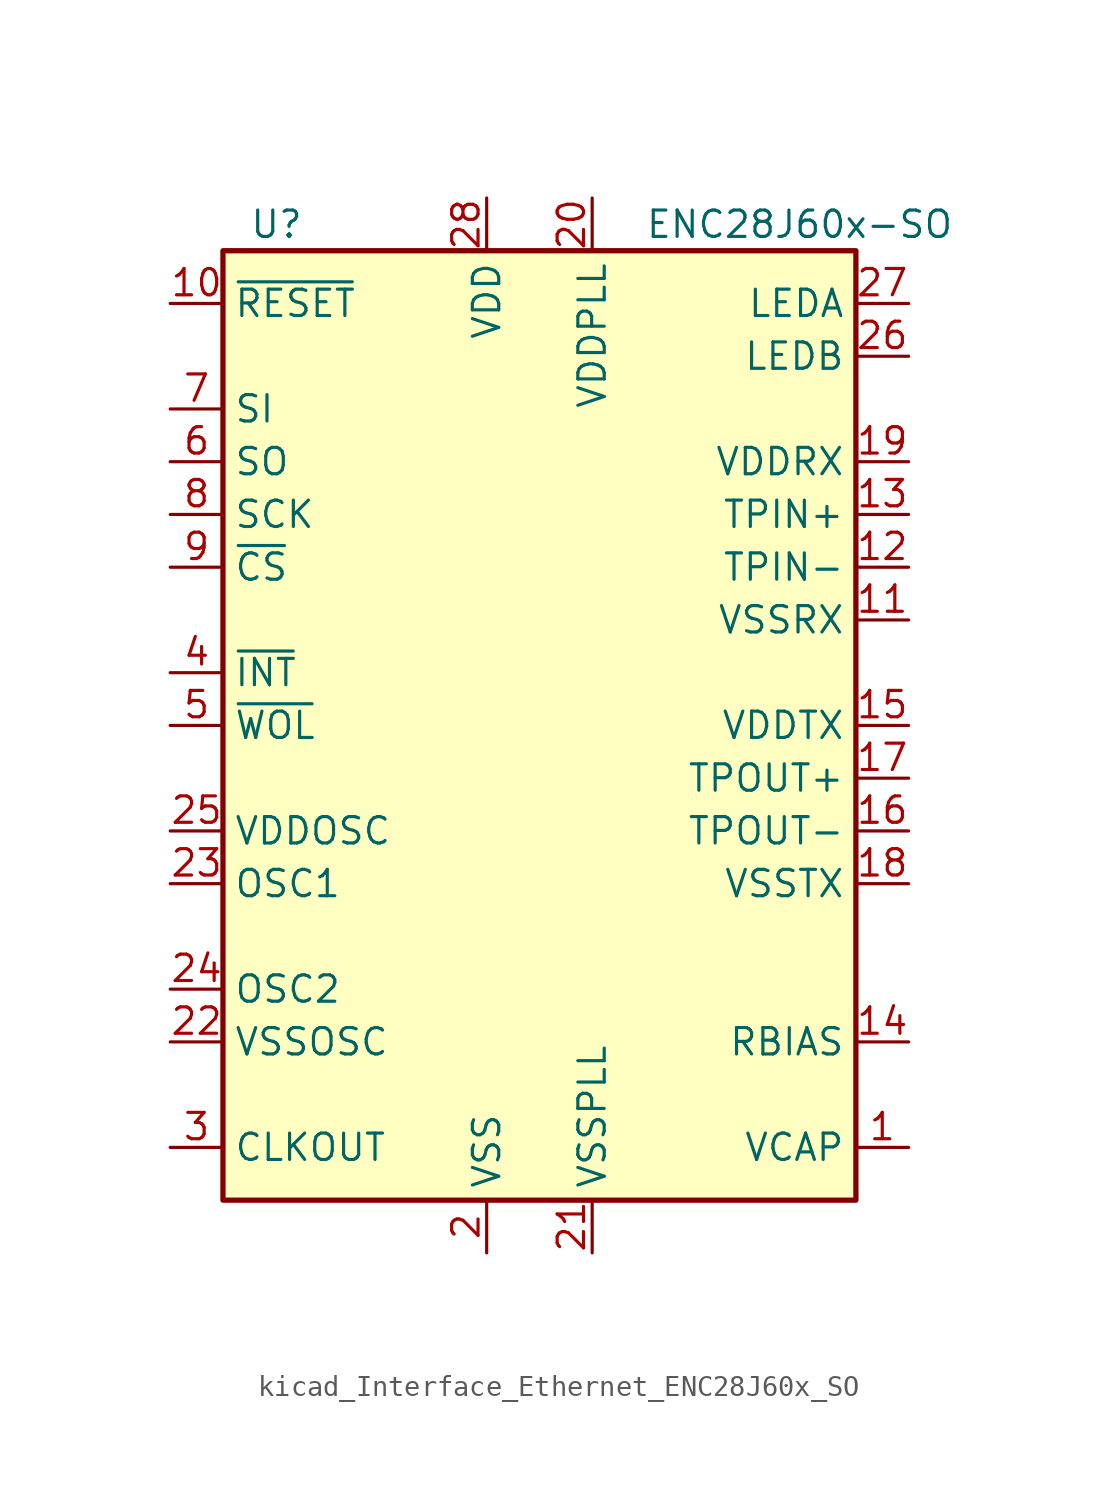
<source format=kicad_sym>
(kicad_symbol_lib
  (version 20220914)
  (generator kicad_symbol_editor)
  (symbol "kicad_Interface_Ethernet_ENC28J60x_SO"
    (property "Reference" "U"
      (at -13.97 24.13 0)
      (effects (font (size 1.27 1.27)) (justify left)))
    (property "Value" "ENC28J60x-SO"
      (at 5.08 24.13 0)
      (effects (font (size 1.27 1.27)) (justify left)))
    (symbol "kicad_Interface_Ethernet_ENC28J60x_SO_0_1"
      (rectangle (start -15.24 22.86) (end 15.24 -22.86) (stroke (width 0.254) (type default)) (fill (type background))))
    (symbol "kicad_Interface_Ethernet_ENC28J60x_SO_1_1"
      (pin input line (at 17.78 -20.32 180) (length 2.54) (name "VCAP" (effects (font (size 1.27 1.27)))) (number "1" (effects (font (size 1.27 1.27)))))
      (pin input line (at -17.78 20.32 0) (length 2.54) (name "~{RESET}" (effects (font (size 1.27 1.27)))) (number "10" (effects (font (size 1.27 1.27)))))
      (pin power_in line (at 17.78 5.08 180) (length 2.54) (name "VSSRX" (effects (font (size 1.27 1.27)))) (number "11" (effects (font (size 1.27 1.27)))))
      (pin input line (at 17.78 7.62 180) (length 2.54) (name "TPIN-" (effects (font (size 1.27 1.27)))) (number "12" (effects (font (size 1.27 1.27)))))
      (pin input line (at 17.78 10.16 180) (length 2.54) (name "TPIN+" (effects (font (size 1.27 1.27)))) (number "13" (effects (font (size 1.27 1.27)))))
      (pin input line (at 17.78 -15.24 180) (length 2.54) (name "RBIAS" (effects (font (size 1.27 1.27)))) (number "14" (effects (font (size 1.27 1.27)))))
      (pin power_in line (at 17.78 0 180) (length 2.54) (name "VDDTX" (effects (font (size 1.27 1.27)))) (number "15" (effects (font (size 1.27 1.27)))))
      (pin output line (at 17.78 -5.08 180) (length 2.54) (name "TPOUT-" (effects (font (size 1.27 1.27)))) (number "16" (effects (font (size 1.27 1.27)))))
      (pin output line (at 17.78 -2.54 180) (length 2.54) (name "TPOUT+" (effects (font (size 1.27 1.27)))) (number "17" (effects (font (size 1.27 1.27)))))
      (pin power_in line (at 17.78 -7.62 180) (length 2.54) (name "VSSTX" (effects (font (size 1.27 1.27)))) (number "18" (effects (font (size 1.27 1.27)))))
      (pin power_in line (at 17.78 12.7 180) (length 2.54) (name "VDDRX" (effects (font (size 1.27 1.27)))) (number "19" (effects (font (size 1.27 1.27)))))
      (pin power_in line (at -2.54 -25.4 90) (length 2.54) (name "VSS" (effects (font (size 1.27 1.27)))) (number "2" (effects (font (size 1.27 1.27)))))
      (pin power_in line (at 2.54 25.4 270) (length 2.54) (name "VDDPLL" (effects (font (size 1.27 1.27)))) (number "20" (effects (font (size 1.27 1.27)))))
      (pin power_in line (at 2.54 -25.4 90) (length 2.54) (name "VSSPLL" (effects (font (size 1.27 1.27)))) (number "21" (effects (font (size 1.27 1.27)))))
      (pin power_in line (at -17.78 -15.24 0) (length 2.54) (name "VSSOSC" (effects (font (size 1.27 1.27)))) (number "22" (effects (font (size 1.27 1.27)))))
      (pin input line (at -17.78 -7.62 0) (length 2.54) (name "OSC1" (effects (font (size 1.27 1.27)))) (number "23" (effects (font (size 1.27 1.27)))))
      (pin input line (at -17.78 -12.7 0) (length 2.54) (name "OSC2" (effects (font (size 1.27 1.27)))) (number "24" (effects (font (size 1.27 1.27)))))
      (pin power_in line (at -17.78 -5.08 0) (length 2.54) (name "VDDOSC" (effects (font (size 1.27 1.27)))) (number "25" (effects (font (size 1.27 1.27)))))
      (pin output line (at 17.78 17.78 180) (length 2.54) (name "LEDB" (effects (font (size 1.27 1.27)))) (number "26" (effects (font (size 1.27 1.27)))))
      (pin output line (at 17.78 20.32 180) (length 2.54) (name "LEDA" (effects (font (size 1.27 1.27)))) (number "27" (effects (font (size 1.27 1.27)))))
      (pin power_in line (at -2.54 25.4 270) (length 2.54) (name "VDD" (effects (font (size 1.27 1.27)))) (number "28" (effects (font (size 1.27 1.27)))))
      (pin output line (at -17.78 -20.32 0) (length 2.54) (name "CLKOUT" (effects (font (size 1.27 1.27)))) (number "3" (effects (font (size 1.27 1.27)))))
      (pin output line (at -17.78 2.54 0) (length 2.54) (name "~{INT}" (effects (font (size 1.27 1.27)))) (number "4" (effects (font (size 1.27 1.27)))))
      (pin output line (at -17.78 0 0) (length 2.54) (name "~{WOL}" (effects (font (size 1.27 1.27)))) (number "5" (effects (font (size 1.27 1.27)))))
      (pin output line (at -17.78 12.7 0) (length 2.54) (name "SO" (effects (font (size 1.27 1.27)))) (number "6" (effects (font (size 1.27 1.27)))))
      (pin input line (at -17.78 15.24 0) (length 2.54) (name "SI" (effects (font (size 1.27 1.27)))) (number "7" (effects (font (size 1.27 1.27)))))
      (pin input line (at -17.78 10.16 0) (length 2.54) (name "SCK" (effects (font (size 1.27 1.27)))) (number "8" (effects (font (size 1.27 1.27)))))
      (pin input line (at -17.78 7.62 0) (length 2.54) (name "~{CS}" (effects (font (size 1.27 1.27)))) (number "9" (effects (font (size 1.27 1.27))))))))
</source>
